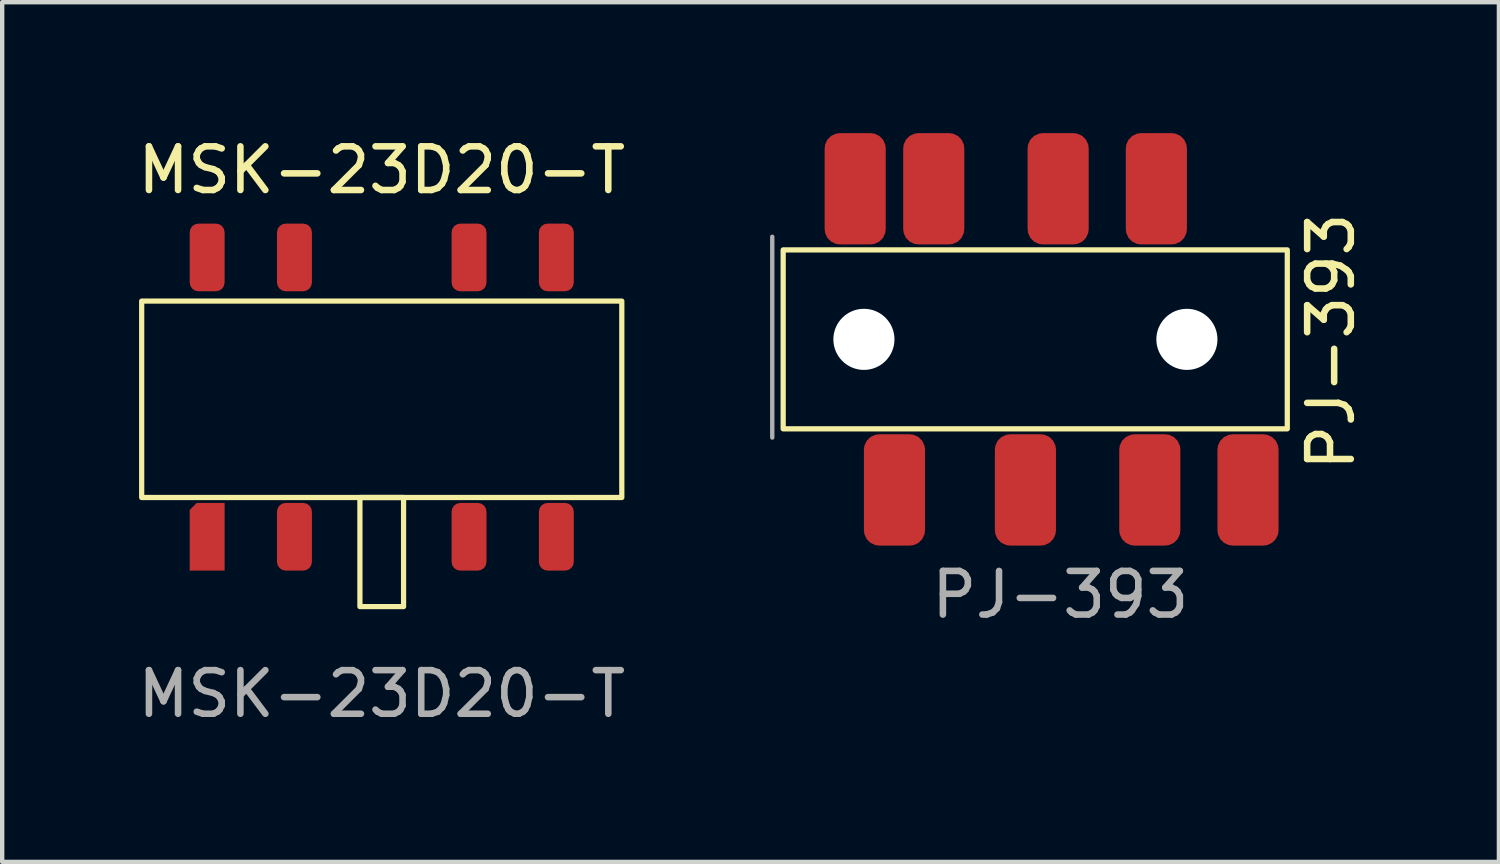
<source format=kicad_pcb>
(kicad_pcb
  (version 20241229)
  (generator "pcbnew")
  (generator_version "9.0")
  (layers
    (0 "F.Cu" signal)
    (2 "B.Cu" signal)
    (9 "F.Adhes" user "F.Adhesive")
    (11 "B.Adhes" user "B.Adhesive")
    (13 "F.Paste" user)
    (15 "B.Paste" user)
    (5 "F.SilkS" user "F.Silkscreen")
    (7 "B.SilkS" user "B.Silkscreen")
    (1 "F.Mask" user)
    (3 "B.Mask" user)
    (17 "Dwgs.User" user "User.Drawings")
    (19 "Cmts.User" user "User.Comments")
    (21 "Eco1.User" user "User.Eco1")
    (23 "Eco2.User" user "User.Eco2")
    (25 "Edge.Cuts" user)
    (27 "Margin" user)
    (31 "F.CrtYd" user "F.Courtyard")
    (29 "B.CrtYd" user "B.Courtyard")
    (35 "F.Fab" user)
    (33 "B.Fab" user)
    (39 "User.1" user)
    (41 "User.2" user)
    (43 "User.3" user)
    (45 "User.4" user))
  (footprint "MSK-23D20-T"
    (layer "F.Cu")
    (at 5.696 5.848)
    (property "Reference" "MSK-23D20-T" (at 0 -5 0) (unlocked yes) (layer "F.SilkS") (effects (font (size 1 1) (thickness 0.15))))
    (attr smd)
    (fp_rect (start -5.5 -2) (end 5.5 2.5) (stroke (width 0.12) (type solid)) (fill no) (layer "F.SilkS"))
    (fp_rect (start 0.5 5) (end -0.5 2.5) (stroke (width 0.12) (type solid)) (fill no) (layer "F.SilkS"))
    (fp_text user "${REFERENCE}" (at 0 7 0) (unlocked yes) (layer "F.Fab") (effects (font (size 1 1) (thickness 0.15))))
    (pad "1" smd roundrect (at -4 3.4) (size 0.8 1.55) (layers "F.Cu" "F.Mask" "F.Paste") (roundrect_rratio 0) (chamfer_ratio 0.2) (chamfer top_left))
    (pad "2" smd roundrect (at -2 3.4) (size 0.8 1.55) (layers "F.Cu" "F.Mask" "F.Paste") (roundrect_rratio 0.25))
    (pad "3" smd roundrect (at 2 3.4) (size 0.8 1.55) (layers "F.Cu" "F.Mask" "F.Paste") (roundrect_rratio 0.25))
    (pad "4" smd roundrect (at 4 3.4) (size 0.8 1.55) (layers "F.Cu" "F.Mask" "F.Paste") (roundrect_rratio 0.25))
    (pad "5" smd roundrect (at -4 -3) (size 0.8 1.55) (layers "F.Cu" "F.Mask" "F.Paste") (roundrect_rratio 0.25))
    (pad "6" smd roundrect (at -2 -3) (size 0.8 1.55) (layers "F.Cu" "F.Mask" "F.Paste") (roundrect_rratio 0.25))
    (pad "7" smd roundrect (at 2 -3) (size 0.8 1.55) (layers "F.Cu" "F.Mask" "F.Paste") (roundrect_rratio 0.25))
    (pad "8" smd roundrect (at 4 -3) (size 0.8 1.55) (layers "F.Cu" "F.Mask" "F.Paste") (roundrect_rratio 0.25)))
  (footprint "PJ-393"
    (layer "F.Cu")
    (at 14.643 8.175)
    (property "Reference" "PJ-393" (at 12.8 -3.4 90) (unlocked yes) (layer "F.SilkS") (effects (font (size 1 1) (thickness 0.15))))
    (attr smd)
    (fp_rect (start 0.25 -5.5) (end 11.8 -1.4) (stroke (width 0.12) (type solid)) (fill no) (layer "F.SilkS"))
    (fp_line (start 0 -5.8) (end 0 -1.2) (stroke (width 0.1) (type solid)) (layer "F.Fab"))
    (fp_text user "${REFERENCE}" (at 6.6 2.4 0) (unlocked yes) (layer "F.Fab") (effects (font (size 1 1) (thickness 0.15))))
    (pad "" np_thru_hole circle (at 2.1 -3.45) (size 1.4 1.4) (drill 1.4) (layers "*.Cu" "*.Mask"))
    (pad "" np_thru_hole circle (at 9.5 -3.45) (size 1.4 1.4) (drill 1.4) (layers "*.Cu" "*.Mask"))
    (pad "1" smd roundrect (at 2.8 0) (size 1.4 2.55) (layers "F.Cu" "F.Mask" "F.Paste") (roundrect_rratio 0.25))
    (pad "2" smd roundrect (at 8.8 -6.9) (size 1.4 2.55) (layers "F.Cu" "F.Mask" "F.Paste") (roundrect_rratio 0.25))
    (pad "3" smd roundrect (at 8.65 0) (size 1.4 2.55) (layers "F.Cu" "F.Mask" "F.Paste") (roundrect_rratio 0.25))
    (pad "4" smd roundrect (at 5.8 0) (size 1.4 2.55) (layers "F.Cu" "F.Mask" "F.Paste") (roundrect_rratio 0.25))
    (pad "5" smd roundrect (at 10.9 0) (size 1.4 2.55) (layers "F.Cu" "F.Mask" "F.Paste") (roundrect_rratio 0.25))
    (pad "6" smd roundrect (at 6.55 -6.9) (size 1.4 2.55) (layers "F.Cu" "F.Mask" "F.Paste") (roundrect_rratio 0.25))
    (pad "7" smd roundrect (at 3.7 -6.9) (size 1.4 2.55) (layers "F.Cu" "F.Mask" "F.Paste") (roundrect_rratio 0.25))
    (pad "8" smd roundrect (at 1.9 -6.9) (size 1.4 2.55) (layers "F.Cu" "F.Mask" "F.Paste") (roundrect_rratio 0.25)))
  (gr_rect
    (start -3 -3)
    (end 31.291 16.697)
    (stroke (width 0.1) (type default))
    (fill no)
    (layer "Edge.Cuts")))
</source>
